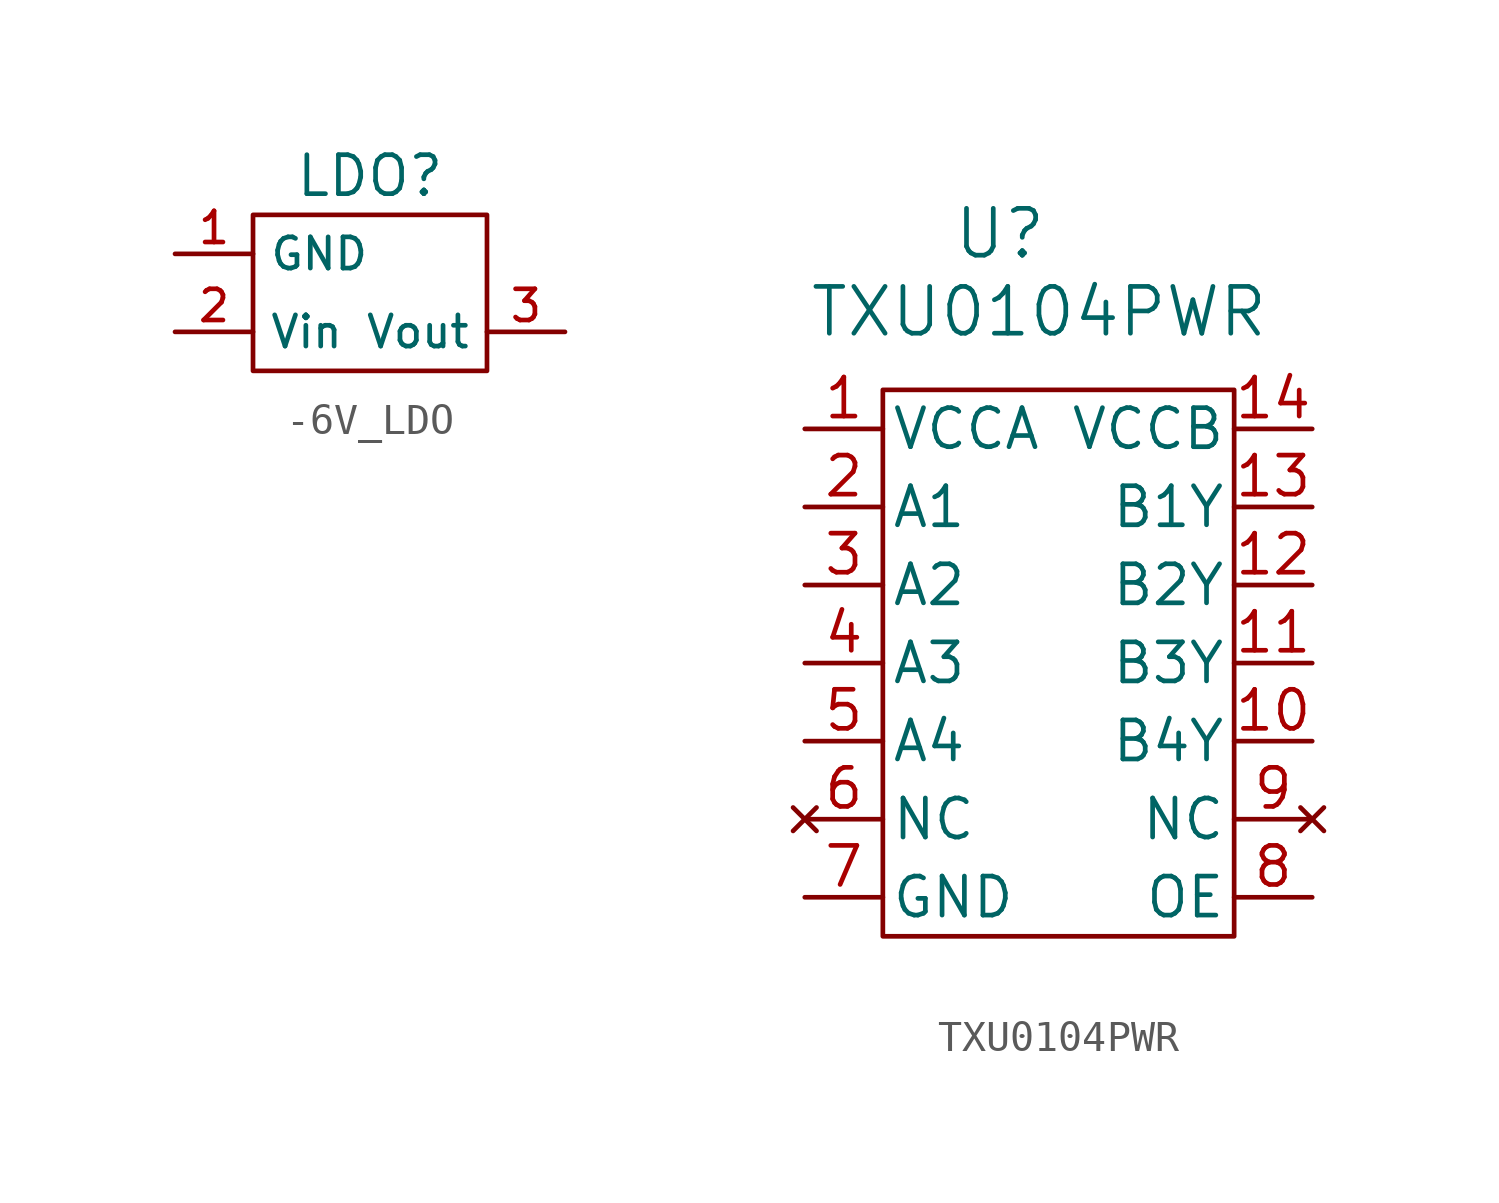
<source format=kicad_sym>
(kicad_symbol_lib
  (version 20220914)
  (generator kicad_symbol_editor)
  (symbol "-6V_LDO"
    (property "Reference" "LDO"
      (at 0 0 0)
      (effects (font (size 1.27 1.27))))
    (property "Value" ""
      (at -3.81 0 0)
      (effects (font (size 1.27 1.27))))
    (symbol "-6V_LDO_0_1"
      (rectangle (start -3.81 -1.27) (end 3.81 -6.35) (stroke (width 0) (type default)) (fill (type none))))
    (symbol "-6V_LDO_1_0"
      (pin power_in line (at -6.35 -2.54 0) (length 2.54) (name "GND" (effects (font (size 1.016 1.016)))) (number "1" (effects (font (size 1.016 1.016)))))
      (pin power_in line (at -6.35 -5.08 0) (length 2.54) (name "Vin" (effects (font (size 1.016 1.016)))) (number "2" (effects (font (size 1.016 1.016)))))
      (pin power_in line (at 6.35 -5.08 180) (length 2.54) (name "Vout" (effects (font (size 1.016 1.016)))) (number "3" (effects (font (size 1.016 1.016)))))))
  (symbol "TXU0104PWR"
    (pin_names
      (offset 0.254))
    (property "Reference" "U"
      (at 11.43 6.35 0)
      (effects (font (size 1.524 1.524))))
    (property "Value" "TXU0104PWR"
      (at 12.7 3.81 0)
      (effects (font (size 1.524 1.524))))
    (property "ki_locked" ""
      (at 0 0 0)
      (effects (font (size 1.27 1.27))))
    (symbol "TXU0104PWR_1_1"
      (rectangle (start 7.62 1.27) (end 19.05 -16.51) (stroke (width 0) (type default)) (fill (type none)))
      (pin power_in line (at 5.08 0 0) (length 2.54) (name "VCCA" (effects (font (size 1.27 1.27)))) (number "1" (effects (font (size 1.27 1.27)))))
      (pin bidirectional line (at 21.59 -10.16 180) (length 2.54) (name "B4Y" (effects (font (size 1.27 1.27)))) (number "10" (effects (font (size 1.27 1.27)))))
      (pin bidirectional line (at 21.59 -7.62 180) (length 2.54) (name "B3Y" (effects (font (size 1.27 1.27)))) (number "11" (effects (font (size 1.27 1.27)))))
      (pin bidirectional line (at 21.59 -5.08 180) (length 2.54) (name "B2Y" (effects (font (size 1.27 1.27)))) (number "12" (effects (font (size 1.27 1.27)))))
      (pin bidirectional line (at 21.59 -2.54 180) (length 2.54) (name "B1Y" (effects (font (size 1.27 1.27)))) (number "13" (effects (font (size 1.27 1.27)))))
      (pin power_in line (at 21.59 0 180) (length 2.54) (name "VCCB" (effects (font (size 1.27 1.27)))) (number "14" (effects (font (size 1.27 1.27)))))
      (pin bidirectional line (at 5.08 -2.54 0) (length 2.54) (name "A1" (effects (font (size 1.27 1.27)))) (number "2" (effects (font (size 1.27 1.27)))))
      (pin bidirectional line (at 5.08 -5.08 0) (length 2.54) (name "A2" (effects (font (size 1.27 1.27)))) (number "3" (effects (font (size 1.27 1.27)))))
      (pin bidirectional line (at 5.08 -7.62 0) (length 2.54) (name "A3" (effects (font (size 1.27 1.27)))) (number "4" (effects (font (size 1.27 1.27)))))
      (pin bidirectional line (at 5.08 -10.16 0) (length 2.54) (name "A4" (effects (font (size 1.27 1.27)))) (number "5" (effects (font (size 1.27 1.27)))))
      (pin no_connect line (at 5.08 -12.7 0) (length 2.54) (name "NC" (effects (font (size 1.27 1.27)))) (number "6" (effects (font (size 1.27 1.27)))))
      (pin power_out line (at 5.08 -15.24 0) (length 2.54) (name "GND" (effects (font (size 1.27 1.27)))) (number "7" (effects (font (size 1.27 1.27)))))
      (pin unspecified line (at 21.59 -15.24 180) (length 2.54) (name "OE" (effects (font (size 1.27 1.27)))) (number "8" (effects (font (size 1.27 1.27)))))
      (pin no_connect line (at 21.59 -12.7 180) (length 2.54) (name "NC" (effects (font (size 1.27 1.27)))) (number "9" (effects (font (size 1.27 1.27))))))))
</source>
